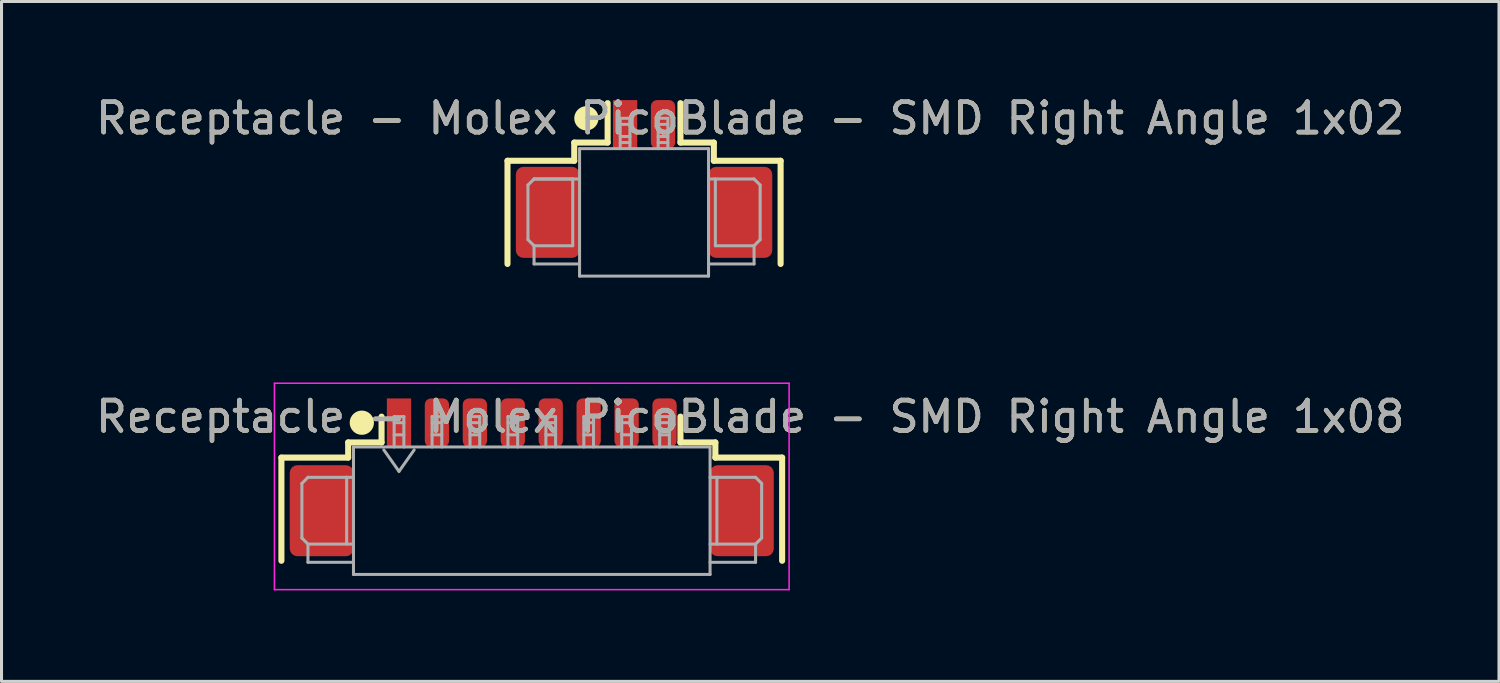
<source format=kicad_pcb>
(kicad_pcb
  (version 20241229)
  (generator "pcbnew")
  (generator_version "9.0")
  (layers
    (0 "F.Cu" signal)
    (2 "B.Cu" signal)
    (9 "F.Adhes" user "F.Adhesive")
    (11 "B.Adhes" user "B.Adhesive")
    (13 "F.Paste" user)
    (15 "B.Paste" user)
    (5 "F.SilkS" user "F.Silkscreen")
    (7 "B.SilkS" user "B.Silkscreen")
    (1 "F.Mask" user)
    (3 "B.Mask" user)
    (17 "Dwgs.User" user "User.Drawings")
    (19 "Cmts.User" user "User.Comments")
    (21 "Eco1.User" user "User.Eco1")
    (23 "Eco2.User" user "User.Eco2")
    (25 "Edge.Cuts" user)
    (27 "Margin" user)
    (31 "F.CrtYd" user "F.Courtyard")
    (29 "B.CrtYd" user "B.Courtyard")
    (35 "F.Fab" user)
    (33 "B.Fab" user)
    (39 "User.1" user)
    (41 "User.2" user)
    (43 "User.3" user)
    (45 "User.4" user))
  (footprint "Receptacle - Molex PicoBlade - SMD Right Angle 1x08"
    (layer "F.Cu")
    (at 14.473 13.779)
    (property "Reference" "Receptacle - Molex PicoBlade - SMD Right Angle 1x08" (at 7.2 -3.1 0) (layer "F.SilkS") (effects (font (size 1 1) (thickness 0.15))))
    (attr smd)
    (fp_line (start -8.25 -1.75) (end -8.25 1.65) (stroke (width 0.2) (type solid)) (layer "F.SilkS"))
    (fp_line (start -6.05 -2.25) (end -4.95 -2.25) (stroke (width 0.2) (type solid)) (layer "F.SilkS"))
    (fp_line (start -6.05 -1.75) (end -8.25 -1.75) (stroke (width 0.2) (type solid)) (layer "F.SilkS"))
    (fp_line (start -6.05 -1.75) (end -6.05 -2.25) (stroke (width 0.2) (type solid)) (layer "F.SilkS"))
    (fp_line (start -4.95 -2.25) (end -4.95 -3.1) (stroke (width 0.2) (type solid)) (layer "F.SilkS"))
    (fp_line (start 4.9 -3.1) (end 4.9 -2.25) (stroke (width 0.2) (type solid)) (layer "F.SilkS"))
    (fp_line (start 4.9 -2.25) (end 6.05 -2.25) (stroke (width 0.2) (type solid)) (layer "F.SilkS"))
    (fp_line (start 6.05 -2.25) (end 6.05 -1.75) (stroke (width 0.2) (type solid)) (layer "F.SilkS"))
    (fp_line (start 6.05 -1.75) (end 8.25 -1.75) (stroke (width 0.2) (type solid)) (layer "F.SilkS"))
    (fp_line (start 8.25 -1.75) (end 8.25 1.65) (stroke (width 0.2) (type solid)) (layer "F.SilkS"))
    (fp_circle (center -5.6 -2.9) (end -5.4 -2.9) (stroke (width 0.4) (type solid)) (fill no) (layer "F.SilkS"))
    (fp_line (start -8.65 2.1) (end 8.55 2.1) (stroke (width 0.05) (type solid)) (layer "Eco1.User"))
    (fp_line (start -8.48 -4.2) (end -8.48 2.6) (stroke (width 0.05) (type solid)) (layer "F.CrtYd"))
    (fp_line (start -8.48 2.6) (end 8.48 2.6) (stroke (width 0.05) (type solid)) (layer "F.CrtYd"))
    (fp_line (start 8.48 -4.2) (end -8.48 -4.2) (stroke (width 0.05) (type solid)) (layer "F.CrtYd"))
    (fp_line (start 8.48 2.6) (end 8.48 -4.2) (stroke (width 0.05) (type solid)) (layer "F.CrtYd"))
    (fp_line (start -7.575 -0.9) (end -7.375 -1.1) (stroke (width 0.1) (type solid)) (layer "F.Fab"))
    (fp_line (start -7.575 0.9) (end -7.575 -0.9) (stroke (width 0.1) (type solid)) (layer "F.Fab"))
    (fp_line (start -7.375 -1.1) (end -6.1 -1.1) (stroke (width 0.1) (type solid)) (layer "F.Fab"))
    (fp_line (start -7.375 1.1) (end -7.575 0.9) (stroke (width 0.1) (type solid)) (layer "F.Fab"))
    (fp_line (start -7.375 1.1) (end -5.875 1.1) (stroke (width 0.1) (type solid)) (layer "F.Fab"))
    (fp_line (start -7.375 1.7) (end -7.375 1.1) (stroke (width 0.1) (type solid)) (layer "F.Fab"))
    (fp_line (start -7.375 1.7) (end -5.875 1.7) (stroke (width 0.1) (type solid)) (layer "F.Fab"))
    (fp_line (start -6.1 -1.1) (end -6.1 1.1) (stroke (width 0.1) (type solid)) (layer "F.Fab"))
    (fp_line (start -6.1 -1.1) (end -5.875 -1.1) (stroke (width 0.1) (type solid)) (layer "F.Fab"))
    (fp_line (start -5.875 -2.1) (end 5.875 -2.1) (stroke (width 0.1) (type solid)) (layer "F.Fab"))
    (fp_line (start -5.875 2.1) (end -5.875 -2.1) (stroke (width 0.1) (type solid)) (layer "F.Fab"))
    (fp_line (start -4.875 -2.004) (end -4.375 -1.296) (stroke (width 0.1) (type solid)) (layer "F.Fab"))
    (fp_line (start -4.535 -2.1) (end -4.535 -3.1) (stroke (width 0.1) (type solid)) (layer "F.Fab"))
    (fp_line (start -4.375 -1.296) (end -3.875 -2.004) (stroke (width 0.1) (type solid)) (layer "F.Fab"))
    (fp_line (start -4.215 -3.1) (end -4.535 -3.1) (stroke (width 0.1) (type solid)) (layer "F.Fab"))
    (fp_line (start -4.215 -3.1) (end -4.215 -2.1) (stroke (width 0.1) (type solid)) (layer "F.Fab"))
    (fp_line (start -4.215 -2.9) (end -4.535 -2.9) (stroke (width 0.1) (type solid)) (layer "F.Fab"))
    (fp_line (start -4.215 -2.5) (end -4.535 -2.5) (stroke (width 0.1) (type solid)) (layer "F.Fab"))
    (fp_line (start -3.285 -3.1) (end -3.285 -2.1) (stroke (width 0.1) (type solid)) (layer "F.Fab"))
    (fp_line (start -3.285 -3.1) (end -2.965 -3.1) (stroke (width 0.1) (type solid)) (layer "F.Fab"))
    (fp_line (start -3.285 -2.9) (end -2.965 -2.9) (stroke (width 0.1) (type solid)) (layer "F.Fab"))
    (fp_line (start -3.285 -2.5) (end -2.965 -2.5) (stroke (width 0.1) (type solid)) (layer "F.Fab"))
    (fp_line (start -2.965 -3.1) (end -2.965 -2.1) (stroke (width 0.1) (type solid)) (layer "F.Fab"))
    (fp_line (start -2.035 -3.1) (end -2.035 -2.1) (stroke (width 0.1) (type solid)) (layer "F.Fab"))
    (fp_line (start -2.035 -3.1) (end -1.715 -3.1) (stroke (width 0.1) (type solid)) (layer "F.Fab"))
    (fp_line (start -2.035 -2.9) (end -1.715 -2.9) (stroke (width 0.1) (type solid)) (layer "F.Fab"))
    (fp_line (start -2.035 -2.5) (end -1.715 -2.5) (stroke (width 0.1) (type solid)) (layer "F.Fab"))
    (fp_line (start -1.715 -3.1) (end -1.715 -2.1) (stroke (width 0.1) (type solid)) (layer "F.Fab"))
    (fp_line (start -0.785 -3.1) (end -0.785 -2.1) (stroke (width 0.1) (type solid)) (layer "F.Fab"))
    (fp_line (start -0.785 -3.1) (end -0.465 -3.1) (stroke (width 0.1) (type solid)) (layer "F.Fab"))
    (fp_line (start -0.785 -2.9) (end -0.465 -2.9) (stroke (width 0.1) (type solid)) (layer "F.Fab"))
    (fp_line (start -0.785 -2.5) (end -0.465 -2.5) (stroke (width 0.1) (type solid)) (layer "F.Fab"))
    (fp_line (start -0.465 -3.1) (end -0.465 -2.1) (stroke (width 0.1) (type solid)) (layer "F.Fab"))
    (fp_line (start 0.465 -3.1) (end 0.465 -2.1) (stroke (width 0.1) (type solid)) (layer "F.Fab"))
    (fp_line (start 0.465 -3.1) (end 0.785 -3.1) (stroke (width 0.1) (type solid)) (layer "F.Fab"))
    (fp_line (start 0.465 -2.9) (end 0.785 -2.9) (stroke (width 0.1) (type solid)) (layer "F.Fab"))
    (fp_line (start 0.465 -2.5) (end 0.785 -2.5) (stroke (width 0.1) (type solid)) (layer "F.Fab"))
    (fp_line (start 0.785 -3.1) (end 0.785 -2.1) (stroke (width 0.1) (type solid)) (layer "F.Fab"))
    (fp_line (start 1.715 -3.1) (end 1.715 -2.1) (stroke (width 0.1) (type solid)) (layer "F.Fab"))
    (fp_line (start 1.715 -3.1) (end 2.035 -3.1) (stroke (width 0.1) (type solid)) (layer "F.Fab"))
    (fp_line (start 1.715 -2.9) (end 2.035 -2.9) (stroke (width 0.1) (type solid)) (layer "F.Fab"))
    (fp_line (start 1.715 -2.5) (end 2.035 -2.5) (stroke (width 0.1) (type solid)) (layer "F.Fab"))
    (fp_line (start 2.035 -3.1) (end 2.035 -2.1) (stroke (width 0.1) (type solid)) (layer "F.Fab"))
    (fp_line (start 2.965 -3.1) (end 2.965 -2.1) (stroke (width 0.1) (type solid)) (layer "F.Fab"))
    (fp_line (start 2.965 -3.1) (end 3.285 -3.1) (stroke (width 0.1) (type solid)) (layer "F.Fab"))
    (fp_line (start 2.965 -2.9) (end 3.285 -2.9) (stroke (width 0.1) (type solid)) (layer "F.Fab"))
    (fp_line (start 2.965 -2.5) (end 3.285 -2.5) (stroke (width 0.1) (type solid)) (layer "F.Fab"))
    (fp_line (start 3.285 -3.1) (end 3.285 -2.1) (stroke (width 0.1) (type solid)) (layer "F.Fab"))
    (fp_line (start 4.215 -3.1) (end 4.215 -2.1) (stroke (width 0.1) (type solid)) (layer "F.Fab"))
    (fp_line (start 4.215 -3.1) (end 4.535 -3.1) (stroke (width 0.1) (type solid)) (layer "F.Fab"))
    (fp_line (start 4.215 -2.9) (end 4.535 -2.9) (stroke (width 0.1) (type solid)) (layer "F.Fab"))
    (fp_line (start 4.215 -2.5) (end 4.535 -2.5) (stroke (width 0.1) (type solid)) (layer "F.Fab"))
    (fp_line (start 4.535 -3.1) (end 4.535 -2.1) (stroke (width 0.1) (type solid)) (layer "F.Fab"))
    (fp_line (start 5.875 -2.1) (end 5.875 2.1) (stroke (width 0.1) (type solid)) (layer "F.Fab"))
    (fp_line (start 5.875 -1.1) (end 6.1 -1.1) (stroke (width 0.1) (type solid)) (layer "F.Fab"))
    (fp_line (start 5.875 2.1) (end -5.875 2.1) (stroke (width 0.1) (type solid)) (layer "F.Fab"))
    (fp_line (start 6.1 -1.1) (end 6.1 1.1) (stroke (width 0.1) (type solid)) (layer "F.Fab"))
    (fp_line (start 6.1 1.1) (end 5.875 1.1) (stroke (width 0.1) (type solid)) (layer "F.Fab"))
    (fp_line (start 7.375 -1.1) (end 6.1 -1.1) (stroke (width 0.1) (type solid)) (layer "F.Fab"))
    (fp_line (start 7.375 1.1) (end 6.1 1.1) (stroke (width 0.1) (type solid)) (layer "F.Fab"))
    (fp_line (start 7.375 1.1) (end 7.575 0.9) (stroke (width 0.1) (type solid)) (layer "F.Fab"))
    (fp_line (start 7.375 1.7) (end 5.875 1.7) (stroke (width 0.1) (type solid)) (layer "F.Fab"))
    (fp_line (start 7.375 1.7) (end 7.375 1.1) (stroke (width 0.1) (type solid)) (layer "F.Fab"))
    (fp_line (start 7.575 -0.9) (end 7.375 -1.1) (stroke (width 0.1) (type solid)) (layer "F.Fab"))
    (fp_line (start 7.575 0.9) (end 7.575 -0.9) (stroke (width 0.1) (type solid)) (layer "F.Fab"))
    (fp_text user "PCB Edge" (at 0 2.35 180) (unlocked yes) (layer "Eco1.User") (effects (font (size 0.25 0.25) (thickness 0.062))))
    (fp_text user "${REFERENCE}" (at 7.2 -3.1 0) (layer "F.Fab") (effects (font (size 1 1) (thickness 0.15))))
    (pad "1" smd rect (at -4.375 -2.9) (size 0.8 1.6) (layers "F.Cu" "F.Mask" "F.Paste"))
    (pad "2" smd roundrect (at -3.125 -2.9) (size 0.8 1.6) (layers "F.Cu" "F.Mask" "F.Paste") (roundrect_rratio 0.25))
    (pad "3" smd roundrect (at -1.875 -2.9) (size 0.8 1.6) (layers "F.Cu" "F.Mask" "F.Paste") (roundrect_rratio 0.25))
    (pad "4" smd roundrect (at -0.625 -2.9) (size 0.8 1.6) (layers "F.Cu" "F.Mask" "F.Paste") (roundrect_rratio 0.25))
    (pad "5" smd roundrect (at 0.625 -2.9) (size 0.8 1.6) (layers "F.Cu" "F.Mask" "F.Paste") (roundrect_rratio 0.25))
    (pad "6" smd roundrect (at 1.875 -2.9) (size 0.8 1.6) (layers "F.Cu" "F.Mask" "F.Paste") (roundrect_rratio 0.25))
    (pad "7" smd roundrect (at 3.125 -2.9) (size 0.8 1.6) (layers "F.Cu" "F.Mask" "F.Paste") (roundrect_rratio 0.25))
    (pad "8" smd roundrect (at 4.375 -2.9) (size 0.8 1.6) (layers "F.Cu" "F.Mask" "F.Paste") (roundrect_rratio 0.25))
    (pad "MP" smd roundrect (at -6.925 0) (size 2.1 3) (layers "F.Cu" "F.Mask" "F.Paste") (roundrect_rratio 0.119))
    (pad "MP" smd roundrect (at 6.925 0) (size 2.1 3) (layers "F.Cu" "F.Mask" "F.Paste") (roundrect_rratio 0.119)))
  (footprint "Receptacle - Molex PicoBlade - SMD Right Angle 1x02"
    (layer "F.Cu")
    (at 18.173 3.948)
    (property "Reference" "Receptacle - Molex PicoBlade - SMD Right Angle 1x02" (at 3.5 -3.1 0) (unlocked yes) (layer "F.SilkS") (effects (font (size 1 1) (thickness 0.15))))
    (attr smd)
    (fp_line (start -4.5 -1.7) (end -2.3 -1.7) (stroke (width 0.2) (type solid)) (layer "F.SilkS"))
    (fp_line (start -4.5 1.7) (end -4.5 -1.7) (stroke (width 0.2) (type solid)) (layer "F.SilkS"))
    (fp_line (start -2.3 -2.3) (end -1.2 -2.3) (stroke (width 0.2) (type solid)) (layer "F.SilkS"))
    (fp_line (start -2.3 -1.7) (end -2.3 -2.3) (stroke (width 0.2) (type solid)) (layer "F.SilkS"))
    (fp_line (start -1.2 -2.3) (end -1.2 -3.6) (stroke (width 0.2) (type solid)) (layer "F.SilkS"))
    (fp_line (start 1.2 -2.3) (end 1.2 -3.6) (stroke (width 0.2) (type solid)) (layer "F.SilkS"))
    (fp_line (start 2.3 -2.3) (end 1.2 -2.3) (stroke (width 0.2) (type solid)) (layer "F.SilkS"))
    (fp_line (start 2.3 -1.7) (end 2.3 -2.3) (stroke (width 0.2) (type solid)) (layer "F.SilkS"))
    (fp_line (start 4.5 -1.7) (end 2.3 -1.7) (stroke (width 0.2) (type solid)) (layer "F.SilkS"))
    (fp_line (start 4.5 1.7) (end 4.5 -1.7) (stroke (width 0.2) (type solid)) (layer "F.SilkS"))
    (fp_circle (center -1.9 -3.1) (end -1.9 -2.9) (stroke (width 0.4) (type solid)) (fill no) (layer "F.SilkS"))
    (fp_line (start -3.85 2.1) (end 3.9 2.1) (stroke (width 0.05) (type solid)) (layer "Eco1.User"))
    (fp_line (start -3.825 -0.9) (end -3.825 0.9) (stroke (width 0.1) (type solid)) (layer "F.Fab"))
    (fp_line (start -3.825 0.9) (end -3.625 1.1) (stroke (width 0.1) (type solid)) (layer "F.Fab"))
    (fp_line (start -3.625 -1.1) (end -3.825 -0.9) (stroke (width 0.1) (type solid)) (layer "F.Fab"))
    (fp_line (start -3.625 1.1) (end -3.625 1.7) (stroke (width 0.1) (type solid)) (layer "F.Fab"))
    (fp_line (start -3.625 1.1) (end -2.35 1.1) (stroke (width 0.1) (type solid)) (layer "F.Fab"))
    (fp_line (start -3.625 1.7) (end -2.125 1.7) (stroke (width 0.1) (type solid)) (layer "F.Fab"))
    (fp_line (start -2.35 -1.1) (end -3.625 -1.1) (stroke (width 0.1) (type solid)) (layer "F.Fab"))
    (fp_line (start -2.35 1.1) (end -2.35 -1.1) (stroke (width 0.1) (type solid)) (layer "F.Fab"))
    (fp_line (start -2.125 -2.1) (end 2.125 -2.1) (stroke (width 0.1) (type solid)) (layer "F.Fab"))
    (fp_line (start -2.125 -1.1) (end -3.625 -1.1) (stroke (width 0.1) (type solid)) (layer "F.Fab"))
    (fp_line (start -2.125 2.1) (end -2.125 -2.1) (stroke (width 0.1) (type solid)) (layer "F.Fab"))
    (fp_line (start -0.785 -3.1) (end -0.785 -2.1) (stroke (width 0.1) (type solid)) (layer "F.Fab"))
    (fp_line (start -0.785 -3.1) (end -0.465 -3.1) (stroke (width 0.1) (type solid)) (layer "F.Fab"))
    (fp_line (start -0.465 -3.1) (end -0.465 -2.1) (stroke (width 0.1) (type solid)) (layer "F.Fab"))
    (fp_line (start -0.465 -2.9) (end -0.785 -2.9) (stroke (width 0.1) (type solid)) (layer "F.Fab"))
    (fp_line (start -0.465 -2.5) (end -0.785 -2.5) (stroke (width 0.1) (type solid)) (layer "F.Fab"))
    (fp_line (start -0.465 -2.3) (end -0.785 -2.3) (stroke (width 0.1) (type solid)) (layer "F.Fab"))
    (fp_line (start 0.465 -3.1) (end 0.465 -2.1) (stroke (width 0.1) (type solid)) (layer "F.Fab"))
    (fp_line (start 0.465 -2.9) (end 0.785 -2.9) (stroke (width 0.1) (type solid)) (layer "F.Fab"))
    (fp_line (start 0.465 -2.5) (end 0.785 -2.5) (stroke (width 0.1) (type solid)) (layer "F.Fab"))
    (fp_line (start 0.465 -2.3) (end 0.785 -2.3) (stroke (width 0.1) (type solid)) (layer "F.Fab"))
    (fp_line (start 0.785 -3.1) (end 0.465 -3.1) (stroke (width 0.1) (type solid)) (layer "F.Fab"))
    (fp_line (start 0.785 -3.1) (end 0.785 -2.1) (stroke (width 0.1) (type solid)) (layer "F.Fab"))
    (fp_line (start 2.125 -2.1) (end 2.125 2.1) (stroke (width 0.1) (type solid)) (layer "F.Fab"))
    (fp_line (start 2.125 2.1) (end -2.125 2.1) (stroke (width 0.1) (type solid)) (layer "F.Fab"))
    (fp_line (start 2.35 -1.1) (end 2.35 1.1) (stroke (width 0.1) (type solid)) (layer "F.Fab"))
    (fp_line (start 2.35 1.1) (end 3.625 1.1) (stroke (width 0.1) (type solid)) (layer "F.Fab"))
    (fp_line (start 3.625 -1.1) (end 2.125 -1.1) (stroke (width 0.1) (type solid)) (layer "F.Fab"))
    (fp_line (start 3.625 1.1) (end 3.825 0.9) (stroke (width 0.1) (type solid)) (layer "F.Fab"))
    (fp_line (start 3.625 1.7) (end 2.125 1.7) (stroke (width 0.1) (type solid)) (layer "F.Fab"))
    (fp_line (start 3.625 1.7) (end 3.625 1.1) (stroke (width 0.1) (type solid)) (layer "F.Fab"))
    (fp_line (start 3.825 -0.9) (end 3.625 -1.1) (stroke (width 0.1) (type solid)) (layer "F.Fab"))
    (fp_line (start 3.825 0.9) (end 3.825 -0.9) (stroke (width 0.1) (type solid)) (layer "F.Fab"))
    (fp_text user "PCB Edge" (at 0 2.35 180) (unlocked yes) (layer "Eco1.User") (effects (font (size 0.25 0.25) (thickness 0.062))))
    (fp_text user "${REFERENCE}" (at 3.5 -3.1 0) (unlocked yes) (layer "F.Fab") (effects (font (size 1 1) (thickness 0.15))))
    (pad "1" smd rect (at -0.625 -2.9 270) (size 1.6 0.8) (layers "F.Cu" "F.Mask" "F.Paste"))
    (pad "2" smd roundrect (at 0.625 -2.9 270) (size 1.6 0.8) (layers "F.Cu" "F.Mask" "F.Paste") (roundrect_rratio 0.25))
    (pad "MP" smd roundrect (at -3.175 0) (size 2.1 3) (layers "F.Cu" "F.Mask" "F.Paste") (roundrect_rratio 0.119))
    (pad "MP" smd roundrect (at 3.175 0) (size 2.1 3) (layers "F.Cu" "F.Mask" "F.Paste") (roundrect_rratio 0.119)))
  (gr_rect
    (start -3 -3)
    (end 46.345 19.404)
    (stroke (width 0.1) (type default))
    (fill no)
    (layer "Edge.Cuts")))
</source>
